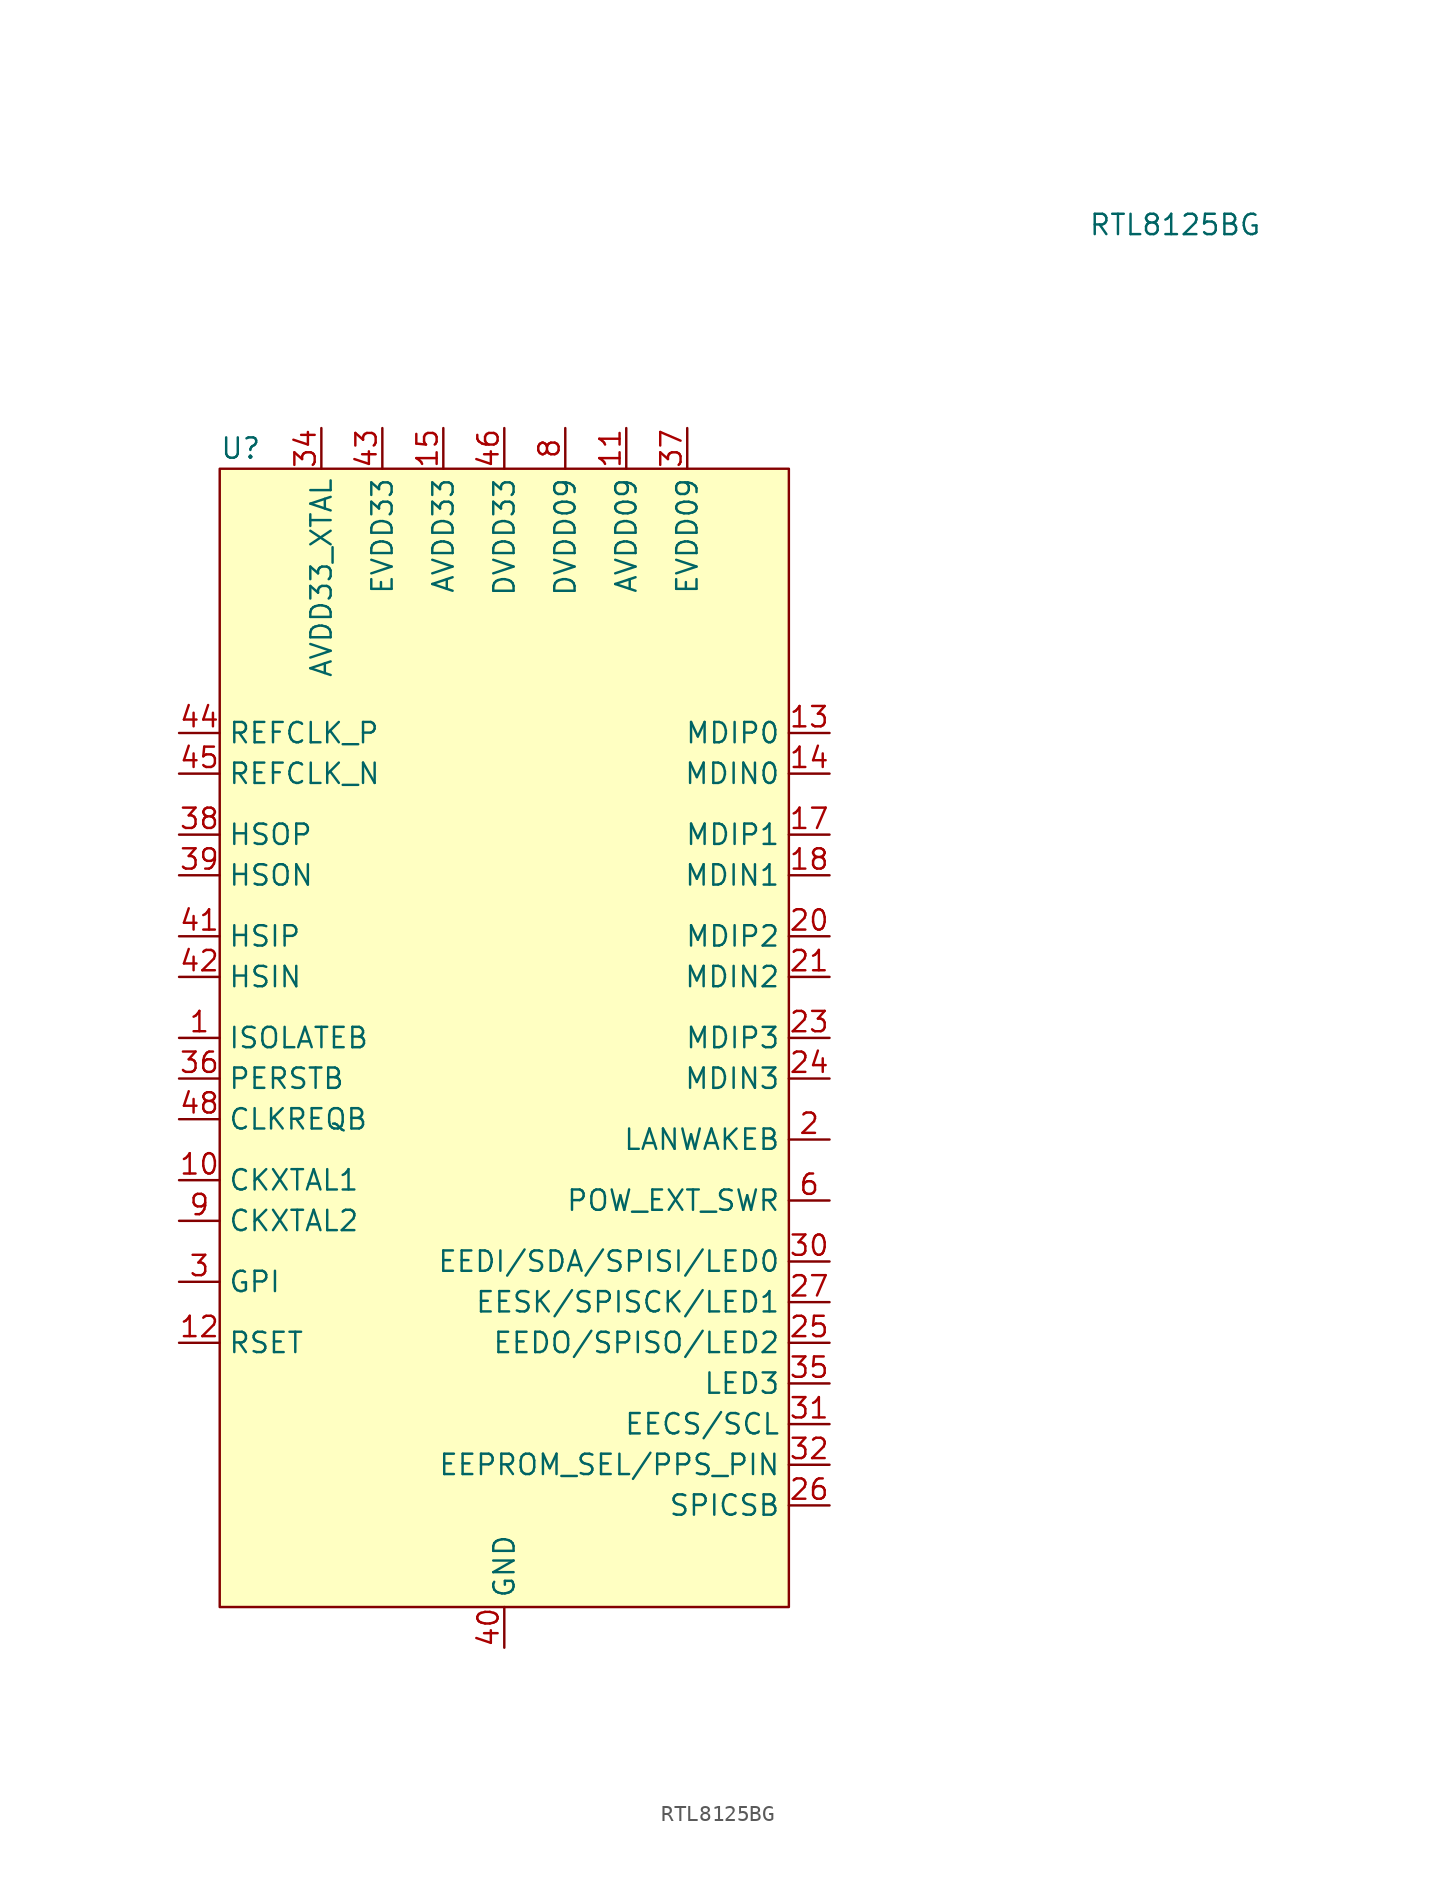
<source format=kicad_sym>
(kicad_symbol_lib
  (version 20220914)
  (generator kicad_symbol_editor)
  (symbol "RTL8125BG"
    (property "Reference" "U"
      (at -17.78 36.83 0)
      (do_not_autoplace)
      (effects (font (size 1.27 1.27)) (justify left)))
    (property "Value" "RTL8125BG"
      (at 41.91 50.8 0)
      (effects (font (size 1.27 1.27))))
    (symbol "RTL8125BG_0_0"
      (pin input line (at -20.32 0 0) (length 2.54) (name "ISOLATEB" (effects (font (size 1.27 1.27)))) (number "1" (effects (font (size 1.27 1.27)))))
      (pin input line (at -20.32 -8.89 0) (length 2.54) (name "CKXTAL1" (effects (font (size 1.27 1.27)))) (number "10" (effects (font (size 1.27 1.27)))))
      (pin power_in line (at 7.62 38.1 270) (length 2.54) (name "AVDD09" (effects (font (size 1.27 1.27)))) (number "11" (effects (font (size 1.27 1.27)))))
      (pin input line (at -20.32 -19.05 0) (length 2.54) (name "RSET" (effects (font (size 1.27 1.27)))) (number "12" (effects (font (size 1.27 1.27)))))
      (pin bidirectional line (at 20.32 19.05 180) (length 2.54) (name "MDIP0" (effects (font (size 1.27 1.27)))) (number "13" (effects (font (size 1.27 1.27)))))
      (pin bidirectional line (at 20.32 16.51 180) (length 2.54) (name "MDIN0" (effects (font (size 1.27 1.27)))) (number "14" (effects (font (size 1.27 1.27)))))
      (pin power_in line (at -3.81 38.1 270) (length 2.54) (name "AVDD33" (effects (font (size 1.27 1.27)))) (number "15" (effects (font (size 1.27 1.27)))))
      (pin bidirectional line (at 20.32 12.7 180) (length 2.54) (name "MDIP1" (effects (font (size 1.27 1.27)))) (number "17" (effects (font (size 1.27 1.27)))))
      (pin bidirectional line (at 20.32 10.16 180) (length 2.54) (name "MDIN1" (effects (font (size 1.27 1.27)))) (number "18" (effects (font (size 1.27 1.27)))))
      (pin open_collector line (at 20.32 -6.35 180) (length 2.54) (name "LANWAKEB" (effects (font (size 1.27 1.27)))) (number "2" (effects (font (size 1.27 1.27)))))
      (pin bidirectional line (at 20.32 6.35 180) (length 2.54) (name "MDIP2" (effects (font (size 1.27 1.27)))) (number "20" (effects (font (size 1.27 1.27)))))
      (pin bidirectional line (at 20.32 3.81 180) (length 2.54) (name "MDIN2" (effects (font (size 1.27 1.27)))) (number "21" (effects (font (size 1.27 1.27)))))
      (pin bidirectional line (at 20.32 0 180) (length 2.54) (name "MDIP3" (effects (font (size 1.27 1.27)))) (number "23" (effects (font (size 1.27 1.27)))))
      (pin bidirectional line (at 20.32 -2.54 180) (length 2.54) (name "MDIN3" (effects (font (size 1.27 1.27)))) (number "24" (effects (font (size 1.27 1.27)))))
      (pin bidirectional line (at 20.32 -19.05 180) (length 2.54) (name "EEDO/SPISO/LED2" (effects (font (size 1.27 1.27)))) (number "25" (effects (font (size 1.27 1.27)))))
      (pin output line (at 20.32 -29.21 180) (length 2.54) (name "SPICSB" (effects (font (size 1.27 1.27)))) (number "26" (effects (font (size 1.27 1.27)))))
      (pin bidirectional line (at 20.32 -16.51 180) (length 2.54) (name "EESK/SPISCK/LED1" (effects (font (size 1.27 1.27)))) (number "27" (effects (font (size 1.27 1.27)))))
      (pin bidirectional line (at -20.32 -15.24 0) (length 2.54) (name "GPI" (effects (font (size 1.27 1.27)))) (number "3" (effects (font (size 1.27 1.27)))))
      (pin bidirectional line (at 20.32 -13.97 180) (length 2.54) (name "EEDI/SDA/SPISI/LED0" (effects (font (size 1.27 1.27)))) (number "30" (effects (font (size 1.27 1.27)))))
      (pin output line (at 20.32 -24.13 180) (length 2.54) (name "EECS/SCL" (effects (font (size 1.27 1.27)))) (number "31" (effects (font (size 1.27 1.27)))))
      (pin input line (at 20.32 -26.67 180) (length 2.54) (name "EEPROM_SEL/PPS_PIN" (effects (font (size 1.27 1.27)))) (number "32" (effects (font (size 1.27 1.27)))))
      (pin power_in line (at -11.43 38.1 270) (length 2.54) (name "AVDD33_XTAL" (effects (font (size 1.27 1.27)))) (number "34" (effects (font (size 1.27 1.27)))))
      (pin output line (at 20.32 -21.59 180) (length 2.54) (name "LED3" (effects (font (size 1.27 1.27)))) (number "35" (effects (font (size 1.27 1.27)))))
      (pin input line (at -20.32 -2.54 0) (length 2.54) (name "PERSTB" (effects (font (size 1.27 1.27)))) (number "36" (effects (font (size 1.27 1.27)))))
      (pin power_in line (at 11.43 38.1 270) (length 2.54) (name "EVDD09" (effects (font (size 1.27 1.27)))) (number "37" (effects (font (size 1.27 1.27)))))
      (pin output line (at -20.32 12.7 0) (length 2.54) (name "HSOP" (effects (font (size 1.27 1.27)))) (number "38" (effects (font (size 1.27 1.27)))))
      (pin output line (at -20.32 10.16 0) (length 2.54) (name "HSON" (effects (font (size 1.27 1.27)))) (number "39" (effects (font (size 1.27 1.27)))))
      (pin power_in line (at 0 -38.1 90) (length 2.54) (name "GND" (effects (font (size 1.27 1.27)))) (number "40" (effects (font (size 1.27 1.27)))))
      (pin input line (at -20.32 6.35 0) (length 2.54) (name "HSIP" (effects (font (size 1.27 1.27)))) (number "41" (effects (font (size 1.27 1.27)))))
      (pin input line (at -20.32 3.81 0) (length 2.54) (name "HSIN" (effects (font (size 1.27 1.27)))) (number "42" (effects (font (size 1.27 1.27)))))
      (pin power_in line (at -7.62 38.1 270) (length 2.54) (name "EVDD33" (effects (font (size 1.27 1.27)))) (number "43" (effects (font (size 1.27 1.27)))))
      (pin input line (at -20.32 16.51 0) (length 2.54) (name "REFCLK_N" (effects (font (size 1.27 1.27)))) (number "45" (effects (font (size 1.27 1.27)))))
      (pin power_in line (at 0 38.1 270) (length 2.54) (name "DVDD33" (effects (font (size 1.27 1.27)))) (number "46" (effects (font (size 1.27 1.27)))))
      (pin open_collector line (at -20.32 -5.08 0) (length 2.54) (name "CLKREQB" (effects (font (size 1.27 1.27)))) (number "48" (effects (font (size 1.27 1.27)))))
      (pin output line (at 20.32 -10.16 180) (length 2.54) (name "POW_EXT_SWR" (effects (font (size 1.27 1.27)))) (number "6" (effects (font (size 1.27 1.27)))))
      (pin power_in line (at 3.81 38.1 270) (length 2.54) (name "DVDD09" (effects (font (size 1.27 1.27)))) (number "8" (effects (font (size 1.27 1.27)))))
      (pin output line (at -20.32 -11.43 0) (length 2.54) (name "CKXTAL2" (effects (font (size 1.27 1.27)))) (number "9" (effects (font (size 1.27 1.27))))))
    (symbol "RTL8125BG_1_0"
      (pin power_in line (at 7.62 38.1 270) (length 2.54) hide (name "AVDD09" (effects (font (size 1.27 1.27)))) (number "16" (effects (font (size 1.27 1.27)))))
      (pin power_in line (at -3.81 38.1 270) (length 2.54) hide (name "AVDD33" (effects (font (size 1.27 1.27)))) (number "19" (effects (font (size 1.27 1.27)))))
      (pin power_in line (at 7.62 38.1 270) (length 2.54) hide (name "AVDD09" (effects (font (size 1.27 1.27)))) (number "22" (effects (font (size 1.27 1.27)))))
      (pin power_in line (at 3.81 38.1 270) (length 2.54) hide (name "DVDD09" (effects (font (size 1.27 1.27)))) (number "28" (effects (font (size 1.27 1.27)))))
      (pin power_in line (at 0 38.1 270) (length 2.54) hide (name "DVDD33" (effects (font (size 1.27 1.27)))) (number "29" (effects (font (size 1.27 1.27)))))
      (pin power_in line (at -3.81 38.1 270) (length 2.54) hide (name "AVDD33" (effects (font (size 1.27 1.27)))) (number "33" (effects (font (size 1.27 1.27)))))
      (pin no_connect line (at -20.32 -26.67 0) (length 2.54) hide (name "VDDREG" (effects (font (size 1.27 1.27)))) (number "4" (effects (font (size 1.27 1.27)))))
      (pin input line (at -20.32 19.05 0) (length 2.54) (name "REFCLK_P" (effects (font (size 1.27 1.27)))) (number "44" (effects (font (size 1.27 1.27)))))
      (pin power_in line (at 3.81 38.1 270) (length 2.54) hide (name "DVDD09" (effects (font (size 1.27 1.27)))) (number "47" (effects (font (size 1.27 1.27)))))
      (pin power_in line (at 0 -38.1 90) (length 2.54) hide (name "GND" (effects (font (size 1.27 1.27)))) (number "49" (effects (font (size 1.27 1.27)))))
      (pin no_connect line (at -20.32 -29.21 0) (length 2.54) hide (name "VDDREG" (effects (font (size 1.27 1.27)))) (number "5" (effects (font (size 1.27 1.27)))))
      (pin no_connect line (at -20.32 -24.13 0) (length 2.54) hide (name "REG_OUT" (effects (font (size 1.27 1.27)))) (number "7" (effects (font (size 1.27 1.27))))))
    (symbol "RTL8125BG_1_1"
      (rectangle (start -17.78 35.56) (end 17.78 -35.56) (stroke (width 0) (type default)) (fill (type background))))))
</source>
